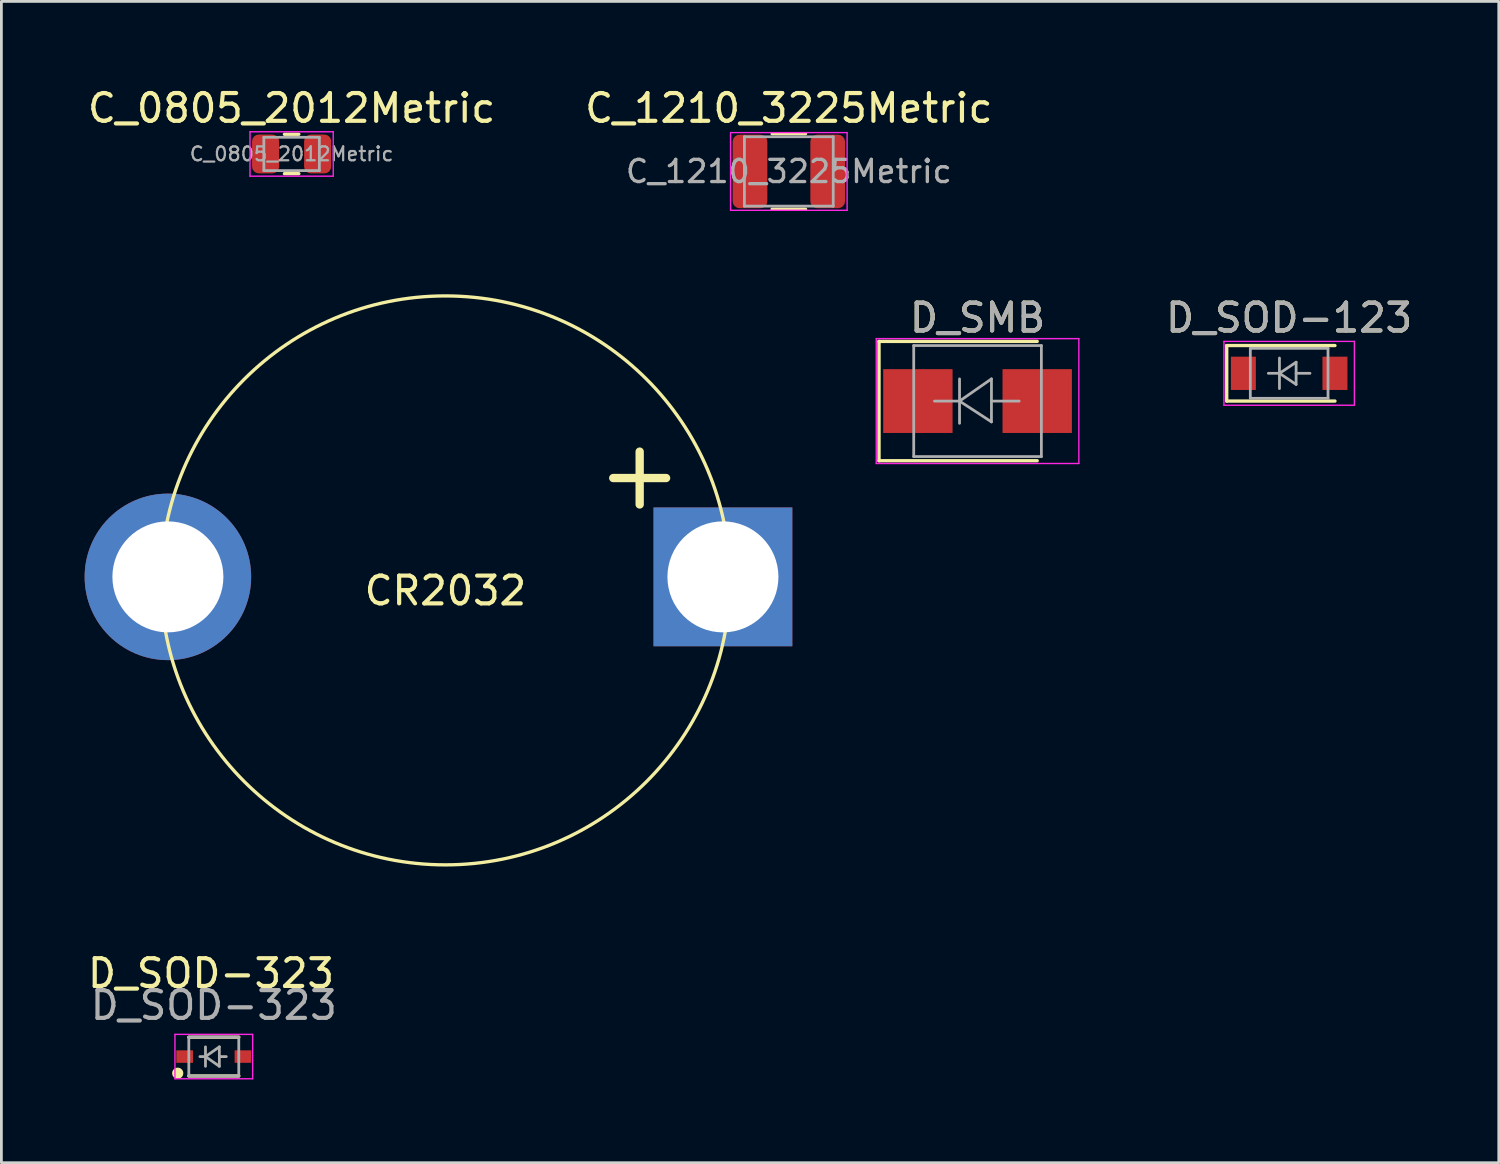
<source format=kicad_pcb>
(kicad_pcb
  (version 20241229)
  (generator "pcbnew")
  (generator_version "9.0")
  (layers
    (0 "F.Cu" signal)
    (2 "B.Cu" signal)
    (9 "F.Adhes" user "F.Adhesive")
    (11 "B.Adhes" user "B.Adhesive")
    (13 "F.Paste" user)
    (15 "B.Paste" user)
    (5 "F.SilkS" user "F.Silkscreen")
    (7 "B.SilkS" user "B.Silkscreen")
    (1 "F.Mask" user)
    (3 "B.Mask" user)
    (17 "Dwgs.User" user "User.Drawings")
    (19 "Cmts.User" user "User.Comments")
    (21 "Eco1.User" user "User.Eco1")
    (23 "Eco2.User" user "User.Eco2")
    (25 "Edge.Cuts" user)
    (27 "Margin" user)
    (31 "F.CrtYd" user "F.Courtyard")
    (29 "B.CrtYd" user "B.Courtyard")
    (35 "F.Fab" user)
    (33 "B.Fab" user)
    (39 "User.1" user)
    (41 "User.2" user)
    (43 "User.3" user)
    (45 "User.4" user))
  (footprint "D_SMB"
    (layer "F.Cu")
    (at 32.175 11.402)
    (property "Reference" "D_SMB" (at 0 -3 0) (layer "F.SilkS") (effects (font (size 1 1) (thickness 0.15))))
    (attr smd)
    (fp_line (start -3.55 -2.15) (end -3.55 2.15) (stroke (width 0.12) (type solid)) (layer "F.SilkS"))
    (fp_line (start -3.55 -2.15) (end 2.15 -2.15) (stroke (width 0.12) (type solid)) (layer "F.SilkS"))
    (fp_line (start -3.55 2.15) (end 2.15 2.15) (stroke (width 0.12) (type solid)) (layer "F.SilkS"))
    (fp_line (start -3.65 -2.25) (end 3.65 -2.25) (stroke (width 0.05) (type solid)) (layer "F.CrtYd"))
    (fp_line (start -3.65 2.25) (end -3.65 -2.25) (stroke (width 0.05) (type solid)) (layer "F.CrtYd"))
    (fp_line (start 3.65 -2.25) (end 3.65 2.25) (stroke (width 0.05) (type solid)) (layer "F.CrtYd"))
    (fp_line (start 3.65 2.25) (end -3.65 2.25) (stroke (width 0.05) (type solid)) (layer "F.CrtYd"))
    (fp_line (start -2.3 2) (end -2.3 -2) (stroke (width 0.1) (type solid)) (layer "F.Fab"))
    (fp_line (start -0.649 -0.799) (end -0.649 0.801) (stroke (width 0.1) (type solid)) (layer "F.Fab"))
    (fp_line (start -0.649 0.001) (end -1.551 0.001) (stroke (width 0.1) (type solid)) (layer "F.Fab"))
    (fp_line (start -0.649 0.001) (end 0.501 -0.799) (stroke (width 0.1) (type solid)) (layer "F.Fab"))
    (fp_line (start -0.649 0.001) (end 0.501 0.75) (stroke (width 0.1) (type solid)) (layer "F.Fab"))
    (fp_line (start 0.501 0.001) (end 1.499 0.001) (stroke (width 0.1) (type solid)) (layer "F.Fab"))
    (fp_line (start 0.501 0.75) (end 0.501 -0.799) (stroke (width 0.1) (type solid)) (layer "F.Fab"))
    (fp_line (start 2.3 -2) (end -2.3 -2) (stroke (width 0.1) (type solid)) (layer "F.Fab"))
    (fp_line (start 2.3 -2) (end 2.3 2) (stroke (width 0.1) (type solid)) (layer "F.Fab"))
    (fp_line (start 2.3 2) (end -2.3 2) (stroke (width 0.1) (type solid)) (layer "F.Fab"))
    (fp_text user "${REFERENCE}" (at 0 -3 0) (layer "F.Fab") (effects (font (size 1 1) (thickness 0.15))))
    (pad "1" smd rect (at -2.15 0) (size 2.5 2.3) (layers "F.Cu" "F.Mask" "F.Paste"))
    (pad "2" smd rect (at 2.15 0) (size 2.5 2.3) (layers "F.Cu" "F.Mask" "F.Paste")))
  (footprint "C_1210_3225Metric"
    (layer "F.Cu")
    (at 25.375 3.128)
    (property "Reference" "C_1210_3225Metric" (at 0 -2.28 0) (layer "F.SilkS") (effects (font (size 1 1) (thickness 0.15))))
    (attr smd)
    (fp_line (start -0.602 -1.36) (end 0.602 -1.36) (stroke (width 0.12) (type solid)) (layer "F.SilkS"))
    (fp_line (start -0.602 1.36) (end 0.602 1.36) (stroke (width 0.12) (type solid)) (layer "F.SilkS"))
    (fp_line (start -2.1 -1.4) (end 2.1 -1.4) (stroke (width 0.05) (type solid)) (layer "F.CrtYd"))
    (fp_line (start -2.1 1.4) (end -2.1 -1.4) (stroke (width 0.05) (type solid)) (layer "F.CrtYd"))
    (fp_line (start 2.1 -1.4) (end 2.1 1.4) (stroke (width 0.05) (type solid)) (layer "F.CrtYd"))
    (fp_line (start 2.1 1.4) (end -2.1 1.4) (stroke (width 0.05) (type solid)) (layer "F.CrtYd"))
    (fp_line (start -1.6 -1.25) (end 1.6 -1.25) (stroke (width 0.1) (type solid)) (layer "F.Fab"))
    (fp_line (start -1.6 1.25) (end -1.6 -1.25) (stroke (width 0.1) (type solid)) (layer "F.Fab"))
    (fp_line (start 1.6 -1.25) (end 1.6 1.25) (stroke (width 0.1) (type solid)) (layer "F.Fab"))
    (fp_line (start 1.6 1.25) (end -1.6 1.25) (stroke (width 0.1) (type solid)) (layer "F.Fab"))
    (fp_text user "${REFERENCE}" (at 0 0 0) (layer "F.Fab") (effects (font (size 0.8 0.8) (thickness 0.12))))
    (pad "1" smd roundrect (at -1.4 0) (size 1.25 2.65) (layers "F.Cu" "F.Mask" "F.Paste") (roundrect_rratio 0.2))
    (pad "2" smd roundrect (at 1.4 0) (size 1.25 2.65) (layers "F.Cu" "F.Mask" "F.Paste") (roundrect_rratio 0.2)))
  (footprint "CR2032"
    (layer "F.Cu")
    (at 13 17.737)
    (property "Reference" "CR2032" (at 0 0.5 0) (layer "F.SilkS") (effects (font (size 1 1) (thickness 0.15))))
    (attr through_hole)
    (fp_circle (center 0 0.127) (end 10.25 0) (stroke (width 0.12) (type solid)) (fill no) (layer "F.SilkS"))
    (fp_text user "+" (at 7 -3.75 0) (layer "F.SilkS") (effects (font (size 2.5 2.5) (thickness 0.3))))
    (pad "1" thru_hole rect (at 10 0) (size 5 5) (drill 4) (layers "*.Cu" "*.Mask"))
    (pad "2" thru_hole circle (at -10 0) (size 6 6) (drill 4) (layers "*.Cu" "*.Mask")))
  (footprint "D_SOD-323"
    (layer "F.Cu")
    (at 4.654 35.023)
    (property "Reference" "D_SOD-323" (at -0.1 -3 0) (layer "F.SilkS") (effects (font (size 1 1) (thickness 0.15))))
    (attr smd)
    (fp_line (start -0.9 -0.7) (end 0.9 -0.7) (stroke (width 0.12) (type solid)) (layer "F.SilkS"))
    (fp_line (start -0.9 0.7) (end 0.9 0.7) (stroke (width 0.12) (type solid)) (layer "F.SilkS"))
    (fp_circle (center -1.3 0.6) (end -1.159 0.6) (stroke (width 0.12) (type solid)) (fill yes) (layer "F.SilkS"))
    (fp_line (start -1.4 -0.8) (end -1.4 0.8) (stroke (width 0.05) (type solid)) (layer "F.CrtYd"))
    (fp_line (start -1.4 -0.8) (end 1.4 -0.8) (stroke (width 0.05) (type solid)) (layer "F.CrtYd"))
    (fp_line (start -1.4 0.8) (end 1.4 0.8) (stroke (width 0.05) (type solid)) (layer "F.CrtYd"))
    (fp_line (start 1.4 -0.8) (end 1.4 0.8) (stroke (width 0.05) (type solid)) (layer "F.CrtYd"))
    (fp_line (start -0.9 -0.7) (end 0.9 -0.7) (stroke (width 0.1) (type solid)) (layer "F.Fab"))
    (fp_line (start -0.9 0.7) (end -0.9 -0.7) (stroke (width 0.1) (type solid)) (layer "F.Fab"))
    (fp_line (start -0.3 -0.35) (end -0.3 0.35) (stroke (width 0.1) (type solid)) (layer "F.Fab"))
    (fp_line (start -0.3 0) (end -0.5 0) (stroke (width 0.1) (type solid)) (layer "F.Fab"))
    (fp_line (start -0.3 0) (end 0.2 -0.35) (stroke (width 0.1) (type solid)) (layer "F.Fab"))
    (fp_line (start 0.2 -0.35) (end 0.2 0.35) (stroke (width 0.1) (type solid)) (layer "F.Fab"))
    (fp_line (start 0.2 0) (end 0.45 0) (stroke (width 0.1) (type solid)) (layer "F.Fab"))
    (fp_line (start 0.2 0.35) (end -0.3 0) (stroke (width 0.1) (type solid)) (layer "F.Fab"))
    (fp_line (start 0.9 -0.7) (end 0.9 0.7) (stroke (width 0.1) (type solid)) (layer "F.Fab"))
    (fp_line (start 0.9 0.7) (end -0.9 0.7) (stroke (width 0.1) (type solid)) (layer "F.Fab"))
    (fp_text user "${REFERENCE}" (at 0 -1.85 0) (layer "F.Fab") (effects (font (size 1 1) (thickness 0.15))))
    (pad "1" smd rect (at -1.05 0) (size 0.6 0.45) (layers "F.Cu" "F.Mask" "F.Paste"))
    (pad "2" smd rect (at 1.05 0) (size 0.6 0.45) (layers "F.Cu" "F.Mask" "F.Paste")))
  (footprint "C_0805_2012Metric"
    (layer "F.Cu")
    (at 7.458 2.498)
    (property "Reference" "C_0805_2012Metric" (at 0 -1.65 0) (layer "F.SilkS") (effects (font (size 1 1) (thickness 0.15))))
    (attr smd)
    (fp_line (start -0.259 -0.71) (end 0.259 -0.71) (stroke (width 0.12) (type solid)) (layer "F.SilkS"))
    (fp_line (start -0.259 0.71) (end 0.259 0.71) (stroke (width 0.12) (type solid)) (layer "F.SilkS"))
    (fp_line (start -1.5 -0.8) (end 1.5 -0.8) (stroke (width 0.05) (type solid)) (layer "F.CrtYd"))
    (fp_line (start -1.5 0.8) (end -1.5 -0.8) (stroke (width 0.05) (type solid)) (layer "F.CrtYd"))
    (fp_line (start 1.5 -0.8) (end 1.5 0.8) (stroke (width 0.05) (type solid)) (layer "F.CrtYd"))
    (fp_line (start 1.5 0.8) (end -1.5 0.8) (stroke (width 0.05) (type solid)) (layer "F.CrtYd"))
    (fp_line (start -1 -0.6) (end 1 -0.6) (stroke (width 0.1) (type solid)) (layer "F.Fab"))
    (fp_line (start -1 0.6) (end -1 -0.6) (stroke (width 0.1) (type solid)) (layer "F.Fab"))
    (fp_line (start 1 -0.6) (end 1 0.6) (stroke (width 0.1) (type solid)) (layer "F.Fab"))
    (fp_line (start 1 0.6) (end -1 0.6) (stroke (width 0.1) (type solid)) (layer "F.Fab"))
    (fp_text user "${REFERENCE}" (at 0 0 0) (layer "F.Fab") (effects (font (size 0.5 0.5) (thickness 0.08))))
    (pad "1" smd roundrect (at -0.938 0) (size 0.975 1.4) (layers "F.Cu" "F.Mask" "F.Paste") (roundrect_rratio 0.25))
    (pad "2" smd roundrect (at 0.938 0) (size 0.975 1.4) (layers "F.Cu" "F.Mask" "F.Paste") (roundrect_rratio 0.25)))
  (footprint "D_SOD-123"
    (layer "F.Cu")
    (at 43.404 10.402)
    (property "Reference" "D_SOD-123" (at 0 -2 0) (layer "F.SilkS") (effects (font (size 1 1) (thickness 0.15))))
    (attr smd)
    (fp_line (start -2.25 -1) (end -2.25 1) (stroke (width 0.12) (type solid)) (layer "F.SilkS"))
    (fp_line (start -2.25 -1) (end 1.65 -1) (stroke (width 0.12) (type solid)) (layer "F.SilkS"))
    (fp_line (start -2.25 1) (end 1.65 1) (stroke (width 0.12) (type solid)) (layer "F.SilkS"))
    (fp_line (start -2.35 -1.15) (end -2.35 1.15) (stroke (width 0.05) (type solid)) (layer "F.CrtYd"))
    (fp_line (start -2.35 -1.15) (end 2.35 -1.15) (stroke (width 0.05) (type solid)) (layer "F.CrtYd"))
    (fp_line (start 2.35 -1.15) (end 2.35 1.15) (stroke (width 0.05) (type solid)) (layer "F.CrtYd"))
    (fp_line (start 2.35 1.15) (end -2.35 1.15) (stroke (width 0.05) (type solid)) (layer "F.CrtYd"))
    (fp_line (start -1.4 -0.9) (end 1.4 -0.9) (stroke (width 0.1) (type solid)) (layer "F.Fab"))
    (fp_line (start -1.4 0.9) (end -1.4 -0.9) (stroke (width 0.1) (type solid)) (layer "F.Fab"))
    (fp_line (start -0.75 0) (end -0.35 0) (stroke (width 0.1) (type solid)) (layer "F.Fab"))
    (fp_line (start -0.35 0) (end -0.35 -0.55) (stroke (width 0.1) (type solid)) (layer "F.Fab"))
    (fp_line (start -0.35 0) (end -0.35 0.55) (stroke (width 0.1) (type solid)) (layer "F.Fab"))
    (fp_line (start -0.35 0) (end 0.25 -0.4) (stroke (width 0.1) (type solid)) (layer "F.Fab"))
    (fp_line (start 0.25 -0.4) (end 0.25 0.4) (stroke (width 0.1) (type solid)) (layer "F.Fab"))
    (fp_line (start 0.25 0) (end 0.75 0) (stroke (width 0.1) (type solid)) (layer "F.Fab"))
    (fp_line (start 0.25 0.4) (end -0.35 0) (stroke (width 0.1) (type solid)) (layer "F.Fab"))
    (fp_line (start 1.4 -0.9) (end 1.4 0.9) (stroke (width 0.1) (type solid)) (layer "F.Fab"))
    (fp_line (start 1.4 0.9) (end -1.4 0.9) (stroke (width 0.1) (type solid)) (layer "F.Fab"))
    (fp_text user "${REFERENCE}" (at 0 -2 0) (layer "F.Fab") (effects (font (size 1 1) (thickness 0.15))))
    (pad "1" smd rect (at -1.65 0) (size 0.9 1.2) (layers "F.Cu" "F.Mask" "F.Paste"))
    (pad "2" smd rect (at 1.65 0) (size 0.9 1.2) (layers "F.Cu" "F.Mask" "F.Paste")))
  (gr_rect
    (start -3 -3)
    (end 50.957 38.848)
    (stroke (width 0.1) (type default))
    (fill no)
    (layer "Edge.Cuts")))
</source>
